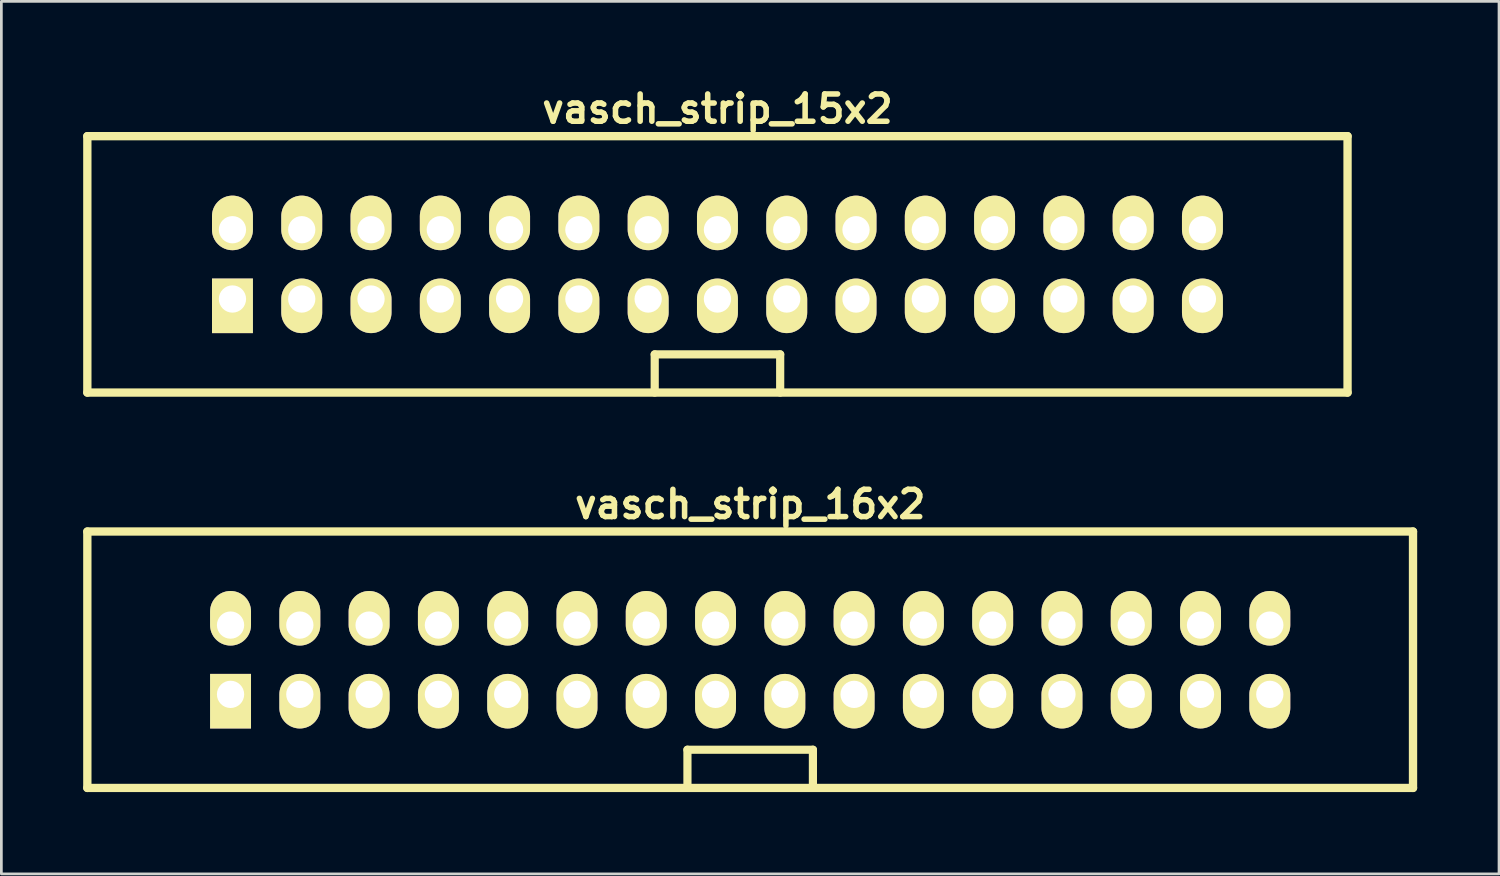
<source format=kicad_pcb>
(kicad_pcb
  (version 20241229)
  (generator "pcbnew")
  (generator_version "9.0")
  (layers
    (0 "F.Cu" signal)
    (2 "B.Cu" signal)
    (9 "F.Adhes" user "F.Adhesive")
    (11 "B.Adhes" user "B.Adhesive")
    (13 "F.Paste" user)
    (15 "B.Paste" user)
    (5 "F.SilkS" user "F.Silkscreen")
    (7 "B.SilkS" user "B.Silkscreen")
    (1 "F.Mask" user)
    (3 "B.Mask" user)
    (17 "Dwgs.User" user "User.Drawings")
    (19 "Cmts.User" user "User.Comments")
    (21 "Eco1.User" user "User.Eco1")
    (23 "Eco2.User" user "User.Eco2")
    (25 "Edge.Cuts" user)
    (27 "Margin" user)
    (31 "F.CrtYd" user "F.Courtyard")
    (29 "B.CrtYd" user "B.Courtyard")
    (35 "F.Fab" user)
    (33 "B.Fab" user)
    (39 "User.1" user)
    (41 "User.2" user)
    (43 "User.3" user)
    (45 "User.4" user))
  (footprint "vasch_strip_16x2"
    (layer "F.Cu")
    (at 24.452 21.136)
    (property "Reference" "vasch_strip_16x2" (at 0 -5.7 0) (layer "F.SilkS") (effects (font (size 1 1) (thickness 0.203))))
    (attr through_hole)
    (fp_line (start -24.3 -4.7) (end -24.3 4.7) (stroke (width 0.305) (type solid)) (layer "F.SilkS"))
    (fp_line (start -24.3 4.7) (end 24.3 4.7) (stroke (width 0.305) (type solid)) (layer "F.SilkS"))
    (fp_line (start -2.3 3.3) (end -2.3 4.7) (stroke (width 0.3) (type solid)) (layer "F.SilkS"))
    (fp_line (start 2.3 3.3) (end -2.3 3.3) (stroke (width 0.3) (type solid)) (layer "F.SilkS"))
    (fp_line (start 2.3 4.7) (end 2.3 3.3) (stroke (width 0.3) (type solid)) (layer "F.SilkS"))
    (fp_line (start 24.3 -4.7) (end -24.3 -4.7) (stroke (width 0.305) (type solid)) (layer "F.SilkS"))
    (fp_line (start 24.3 -4.7) (end 24.3 4.7) (stroke (width 0.305) (type solid)) (layer "F.SilkS"))
    (pad "1" thru_hole rect (at -19.05 1.27) (size 1.5 2) (drill 1 (offset 0 0.25)) (layers "*.Cu" "*.Mask" "F.SilkS"))
    (pad "2" thru_hole oval (at -19.05 -1.27) (size 1.5 2) (drill 1 (offset 0 -0.25)) (layers "*.Cu" "*.Mask" "F.SilkS"))
    (pad "3" thru_hole oval (at -16.51 1.27) (size 1.5 2) (drill 1 (offset 0 0.25)) (layers "*.Cu" "*.Mask" "F.SilkS"))
    (pad "4" thru_hole oval (at -16.51 -1.27) (size 1.5 2) (drill 1 (offset 0 -0.25)) (layers "*.Cu" "*.Mask" "F.SilkS"))
    (pad "5" thru_hole oval (at -13.97 1.27) (size 1.5 2) (drill 1 (offset 0 0.25)) (layers "*.Cu" "*.Mask" "F.SilkS"))
    (pad "6" thru_hole oval (at -13.97 -1.27) (size 1.5 2) (drill 1 (offset 0 -0.25)) (layers "*.Cu" "*.Mask" "F.SilkS"))
    (pad "7" thru_hole oval (at -11.43 1.27) (size 1.5 2) (drill 1 (offset 0 0.25)) (layers "*.Cu" "*.Mask" "F.SilkS"))
    (pad "8" thru_hole oval (at -11.43 -1.27) (size 1.5 2) (drill 1 (offset 0 -0.25)) (layers "*.Cu" "*.Mask" "F.SilkS"))
    (pad "9" thru_hole oval (at -8.89 1.27) (size 1.5 2) (drill 1 (offset 0 0.25)) (layers "*.Cu" "*.Mask" "F.SilkS"))
    (pad "10" thru_hole oval (at -8.89 -1.27) (size 1.5 2) (drill 1 (offset 0 -0.25)) (layers "*.Cu" "*.Mask" "F.SilkS"))
    (pad "11" thru_hole oval (at -6.35 1.27) (size 1.5 2) (drill 1 (offset 0 0.25)) (layers "*.Cu" "*.Mask" "F.SilkS"))
    (pad "12" thru_hole oval (at -6.35 -1.27) (size 1.5 2) (drill 1 (offset 0 -0.25)) (layers "*.Cu" "*.Mask" "F.SilkS"))
    (pad "13" thru_hole oval (at -3.81 1.27) (size 1.5 2) (drill 1 (offset 0 0.25)) (layers "*.Cu" "*.Mask" "F.SilkS"))
    (pad "14" thru_hole oval (at -3.81 -1.27) (size 1.5 2) (drill 1 (offset 0 -0.25)) (layers "*.Cu" "*.Mask" "F.SilkS"))
    (pad "15" thru_hole oval (at -1.27 1.27) (size 1.5 2) (drill 1 (offset 0 0.25)) (layers "*.Cu" "*.Mask" "F.SilkS"))
    (pad "16" thru_hole oval (at -1.27 -1.27) (size 1.5 2) (drill 1 (offset 0 -0.25)) (layers "*.Cu" "*.Mask" "F.SilkS"))
    (pad "17" thru_hole oval (at 1.27 1.27) (size 1.5 2) (drill 1 (offset 0 0.25)) (layers "*.Cu" "*.Mask" "F.SilkS"))
    (pad "18" thru_hole oval (at 1.27 -1.27) (size 1.5 2) (drill 1 (offset 0 -0.25)) (layers "*.Cu" "*.Mask" "F.SilkS"))
    (pad "19" thru_hole oval (at 3.81 1.27) (size 1.5 2) (drill 1 (offset 0 0.25)) (layers "*.Cu" "*.Mask" "F.SilkS"))
    (pad "20" thru_hole oval (at 3.81 -1.27) (size 1.5 2) (drill 1 (offset 0 -0.25)) (layers "*.Cu" "*.Mask" "F.SilkS"))
    (pad "21" thru_hole oval (at 6.35 1.27) (size 1.5 2) (drill 1 (offset 0 0.25)) (layers "*.Cu" "*.Mask" "F.SilkS"))
    (pad "22" thru_hole oval (at 6.35 -1.27) (size 1.5 2) (drill 1 (offset 0 -0.25)) (layers "*.Cu" "*.Mask" "F.SilkS"))
    (pad "23" thru_hole oval (at 8.89 1.27) (size 1.5 2) (drill 1 (offset 0 0.25)) (layers "*.Cu" "*.Mask" "F.SilkS"))
    (pad "24" thru_hole oval (at 8.89 -1.27) (size 1.5 2) (drill 1 (offset 0 -0.25)) (layers "*.Cu" "*.Mask" "F.SilkS"))
    (pad "25" thru_hole oval (at 11.43 1.27) (size 1.5 2) (drill 1 (offset 0 0.25)) (layers "*.Cu" "*.Mask" "F.SilkS"))
    (pad "26" thru_hole oval (at 11.43 -1.27) (size 1.5 2) (drill 1 (offset 0 -0.25)) (layers "*.Cu" "*.Mask" "F.SilkS"))
    (pad "27" thru_hole oval (at 13.97 1.27) (size 1.5 2) (drill 1 (offset 0 0.25)) (layers "*.Cu" "*.Mask" "F.SilkS"))
    (pad "28" thru_hole oval (at 13.97 -1.27) (size 1.5 2) (drill 1 (offset 0 -0.25)) (layers "*.Cu" "*.Mask" "F.SilkS"))
    (pad "29" thru_hole oval (at 16.51 1.27) (size 1.5 2) (drill 1 (offset 0 0.25)) (layers "*.Cu" "*.Mask" "F.SilkS"))
    (pad "30" thru_hole oval (at 16.51 -1.27) (size 1.5 2) (drill 1 (offset 0 -0.25)) (layers "*.Cu" "*.Mask" "F.SilkS"))
    (pad "31" thru_hole oval (at 19.05 1.27) (size 1.5 2) (drill 1 (offset 0 0.25)) (layers "*.Cu" "*.Mask" "F.SilkS"))
    (pad "32" thru_hole oval (at 19.05 -1.27) (size 1.5 2) (drill 1 (offset 0 -0.25)) (layers "*.Cu" "*.Mask" "F.SilkS")))
  (footprint "vasch_strip_15x2"
    (layer "F.Cu")
    (at 23.252 6.642)
    (property "Reference" "vasch_strip_15x2" (at 0 -5.7 0) (layer "F.SilkS") (effects (font (size 1 1) (thickness 0.203))))
    (attr through_hole)
    (fp_line (start -23.1 -4.7) (end -23.1 4.7) (stroke (width 0.305) (type solid)) (layer "F.SilkS"))
    (fp_line (start -23.1 4.7) (end 23.1 4.7) (stroke (width 0.305) (type solid)) (layer "F.SilkS"))
    (fp_line (start -2.3 3.3) (end -2.3 4.7) (stroke (width 0.3) (type solid)) (layer "F.SilkS"))
    (fp_line (start 2.3 3.3) (end -2.3 3.3) (stroke (width 0.3) (type solid)) (layer "F.SilkS"))
    (fp_line (start 2.3 4.7) (end 2.3 3.3) (stroke (width 0.3) (type solid)) (layer "F.SilkS"))
    (fp_line (start 23.1 -4.7) (end -23.1 -4.7) (stroke (width 0.305) (type solid)) (layer "F.SilkS"))
    (fp_line (start 23.1 -4.7) (end 23.1 4.7) (stroke (width 0.305) (type solid)) (layer "F.SilkS"))
    (pad "1" thru_hole rect (at -17.78 1.27) (size 1.5 2) (drill 1 (offset 0 0.25)) (layers "*.Cu" "*.Mask" "F.SilkS"))
    (pad "2" thru_hole oval (at -17.78 -1.27) (size 1.5 2) (drill 1 (offset 0 -0.25)) (layers "*.Cu" "*.Mask" "F.SilkS"))
    (pad "3" thru_hole oval (at -15.24 1.27) (size 1.5 2) (drill 1 (offset 0 0.25)) (layers "*.Cu" "*.Mask" "F.SilkS"))
    (pad "4" thru_hole oval (at -15.24 -1.27) (size 1.5 2) (drill 1 (offset 0 -0.25)) (layers "*.Cu" "*.Mask" "F.SilkS"))
    (pad "5" thru_hole oval (at -12.7 1.27) (size 1.5 2) (drill 1 (offset 0 0.25)) (layers "*.Cu" "*.Mask" "F.SilkS"))
    (pad "6" thru_hole oval (at -12.7 -1.27) (size 1.5 2) (drill 1 (offset 0 -0.25)) (layers "*.Cu" "*.Mask" "F.SilkS"))
    (pad "7" thru_hole oval (at -10.16 1.27) (size 1.5 2) (drill 1 (offset 0 0.25)) (layers "*.Cu" "*.Mask" "F.SilkS"))
    (pad "8" thru_hole oval (at -10.16 -1.27) (size 1.5 2) (drill 1 (offset 0 -0.25)) (layers "*.Cu" "*.Mask" "F.SilkS"))
    (pad "9" thru_hole oval (at -7.62 1.27) (size 1.5 2) (drill 1 (offset 0 0.25)) (layers "*.Cu" "*.Mask" "F.SilkS"))
    (pad "10" thru_hole oval (at -7.62 -1.27) (size 1.5 2) (drill 1 (offset 0 -0.25)) (layers "*.Cu" "*.Mask" "F.SilkS"))
    (pad "11" thru_hole oval (at -5.08 1.27) (size 1.5 2) (drill 1 (offset 0 0.25)) (layers "*.Cu" "*.Mask" "F.SilkS"))
    (pad "12" thru_hole oval (at -5.08 -1.27) (size 1.5 2) (drill 1 (offset 0 -0.25)) (layers "*.Cu" "*.Mask" "F.SilkS"))
    (pad "13" thru_hole oval (at -2.54 1.27) (size 1.5 2) (drill 1 (offset 0 0.25)) (layers "*.Cu" "*.Mask" "F.SilkS"))
    (pad "14" thru_hole oval (at -2.54 -1.27) (size 1.5 2) (drill 1 (offset 0 -0.25)) (layers "*.Cu" "*.Mask" "F.SilkS"))
    (pad "15" thru_hole oval (at 0 1.27) (size 1.5 2) (drill 1 (offset 0 0.25)) (layers "*.Cu" "*.Mask" "F.SilkS"))
    (pad "16" thru_hole oval (at 0 -1.27) (size 1.5 2) (drill 1 (offset 0 -0.25)) (layers "*.Cu" "*.Mask" "F.SilkS"))
    (pad "17" thru_hole oval (at 2.54 1.27) (size 1.5 2) (drill 1 (offset 0 0.25)) (layers "*.Cu" "*.Mask" "F.SilkS"))
    (pad "18" thru_hole oval (at 2.54 -1.27) (size 1.5 2) (drill 1 (offset 0 -0.25)) (layers "*.Cu" "*.Mask" "F.SilkS"))
    (pad "19" thru_hole oval (at 5.08 1.27) (size 1.5 2) (drill 1 (offset 0 0.25)) (layers "*.Cu" "*.Mask" "F.SilkS"))
    (pad "20" thru_hole oval (at 5.08 -1.27) (size 1.5 2) (drill 1 (offset 0 -0.25)) (layers "*.Cu" "*.Mask" "F.SilkS"))
    (pad "21" thru_hole oval (at 7.62 1.27) (size 1.5 2) (drill 1 (offset 0 0.25)) (layers "*.Cu" "*.Mask" "F.SilkS"))
    (pad "22" thru_hole oval (at 7.62 -1.27) (size 1.5 2) (drill 1 (offset 0 -0.25)) (layers "*.Cu" "*.Mask" "F.SilkS"))
    (pad "23" thru_hole oval (at 10.16 1.27) (size 1.5 2) (drill 1 (offset 0 0.25)) (layers "*.Cu" "*.Mask" "F.SilkS"))
    (pad "24" thru_hole oval (at 10.16 -1.27) (size 1.5 2) (drill 1 (offset 0 -0.25)) (layers "*.Cu" "*.Mask" "F.SilkS"))
    (pad "25" thru_hole oval (at 12.7 1.27) (size 1.5 2) (drill 1 (offset 0 0.25)) (layers "*.Cu" "*.Mask" "F.SilkS"))
    (pad "26" thru_hole oval (at 12.7 -1.27) (size 1.5 2) (drill 1 (offset 0 -0.25)) (layers "*.Cu" "*.Mask" "F.SilkS"))
    (pad "27" thru_hole oval (at 15.24 1.27) (size 1.5 2) (drill 1 (offset 0 0.25)) (layers "*.Cu" "*.Mask" "F.SilkS"))
    (pad "28" thru_hole oval (at 15.24 -1.27) (size 1.5 2) (drill 1 (offset 0 -0.25)) (layers "*.Cu" "*.Mask" "F.SilkS"))
    (pad "29" thru_hole oval (at 17.78 1.27) (size 1.5 2) (drill 1 (offset 0 0.25)) (layers "*.Cu" "*.Mask" "F.SilkS"))
    (pad "30" thru_hole oval (at 17.78 -1.27) (size 1.5 2) (drill 1 (offset 0 -0.25)) (layers "*.Cu" "*.Mask" "F.SilkS")))
  (gr_rect
    (start -3 -3)
    (end 51.905 28.988)
    (stroke (width 0.1) (type default))
    (fill no)
    (layer "Edge.Cuts")))
</source>
